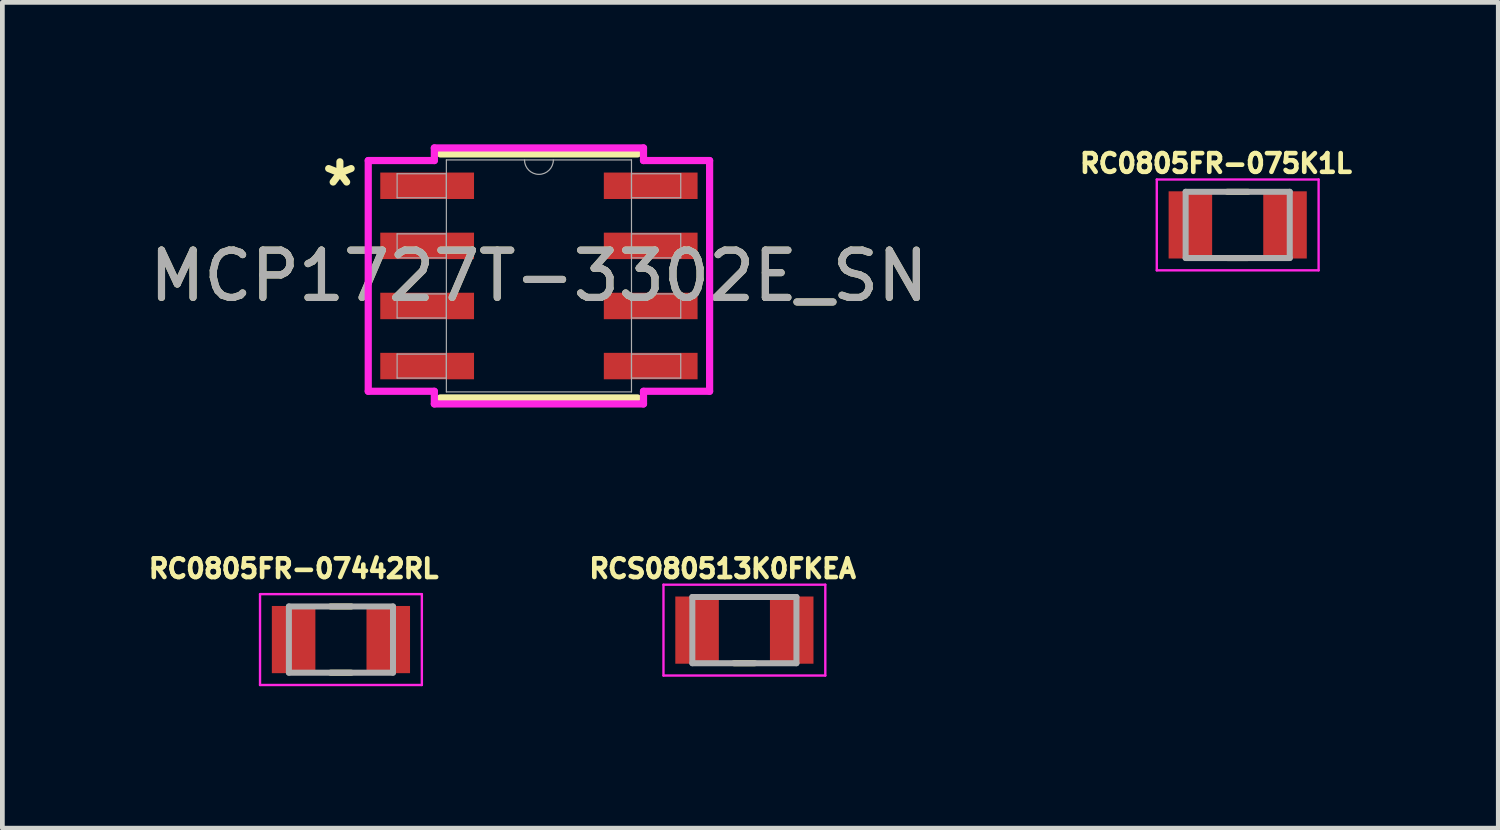
<source format=kicad_pcb>
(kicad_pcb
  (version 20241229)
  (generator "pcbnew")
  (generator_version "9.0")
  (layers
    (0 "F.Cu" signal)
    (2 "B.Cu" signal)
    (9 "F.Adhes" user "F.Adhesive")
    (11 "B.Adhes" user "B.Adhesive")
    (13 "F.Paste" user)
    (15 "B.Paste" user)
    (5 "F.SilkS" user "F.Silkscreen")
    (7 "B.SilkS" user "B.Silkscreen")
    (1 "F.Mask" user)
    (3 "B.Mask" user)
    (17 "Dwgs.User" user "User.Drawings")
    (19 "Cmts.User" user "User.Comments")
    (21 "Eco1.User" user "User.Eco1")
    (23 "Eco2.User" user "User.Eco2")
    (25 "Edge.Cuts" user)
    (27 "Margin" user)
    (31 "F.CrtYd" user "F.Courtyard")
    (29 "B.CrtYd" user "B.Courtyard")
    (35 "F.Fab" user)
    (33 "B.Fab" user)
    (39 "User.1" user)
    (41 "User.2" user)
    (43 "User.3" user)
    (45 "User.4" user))
  (footprint "RC0805FR-075K1L"
    (layer "F.Cu")
    (at 23.106 1.703)
    (property "Reference" "RC0805FR-075K1L" (at -0.46 -1.3 0) (layer "F.SilkS") (effects (font (size 0.394 0.394) (thickness 0.15))))
    (attr smd)
    (fp_line (start -0.22 -0.7) (end 0.22 -0.7) (stroke (width 0.127) (type solid)) (layer "F.SilkS"))
    (fp_line (start -0.22 0.7) (end 0.22 0.7) (stroke (width 0.127) (type solid)) (layer "F.SilkS"))
    (fp_line (start -1.71 -0.96) (end 1.71 -0.96) (stroke (width 0.05) (type solid)) (layer "F.CrtYd"))
    (fp_line (start -1.71 0.96) (end -1.71 -0.96) (stroke (width 0.05) (type solid)) (layer "F.CrtYd"))
    (fp_line (start -1.71 0.96) (end 1.71 0.96) (stroke (width 0.05) (type solid)) (layer "F.CrtYd"))
    (fp_line (start 1.71 0.96) (end 1.71 -0.96) (stroke (width 0.05) (type solid)) (layer "F.CrtYd"))
    (fp_line (start -1.1 0.7) (end -1.1 -0.7) (stroke (width 0.127) (type solid)) (layer "F.Fab"))
    (fp_line (start 1.1 -0.7) (end -1.1 -0.7) (stroke (width 0.127) (type solid)) (layer "F.Fab"))
    (fp_line (start 1.1 0.7) (end -1.1 0.7) (stroke (width 0.127) (type solid)) (layer "F.Fab"))
    (fp_line (start 1.1 0.7) (end 1.1 -0.7) (stroke (width 0.127) (type solid)) (layer "F.Fab"))
    (pad "1" smd rect (at -1 0) (size 0.92 1.42) (layers "F.Cu" "F.Mask" "F.Paste"))
    (pad "2" smd rect (at 1 0) (size 0.92 1.42) (layers "F.Cu" "F.Mask" "F.Paste")))
  (footprint "RC0805FR-07442RL"
    (layer "F.Cu")
    (at 4.155 10.466)
    (property "Reference" "RC0805FR-07442RL" (at -1 -1.5 0) (unlocked yes) (layer "F.SilkS") (effects (font (size 0.394 0.394) (thickness 0.098) (bold yes))))
    (attr smd)
    (fp_line (start -0.22 -0.7) (end 0.22 -0.7) (stroke (width 0.127) (type solid)) (layer "F.SilkS"))
    (fp_line (start -0.22 0.7) (end 0.22 0.7) (stroke (width 0.127) (type solid)) (layer "F.SilkS"))
    (fp_line (start -1.71 -0.96) (end 1.71 -0.96) (stroke (width 0.05) (type solid)) (layer "F.CrtYd"))
    (fp_line (start -1.71 0.96) (end -1.71 -0.96) (stroke (width 0.05) (type solid)) (layer "F.CrtYd"))
    (fp_line (start -1.71 0.96) (end 1.71 0.96) (stroke (width 0.05) (type solid)) (layer "F.CrtYd"))
    (fp_line (start 1.71 0.96) (end 1.71 -0.96) (stroke (width 0.05) (type solid)) (layer "F.CrtYd"))
    (fp_line (start -1.1 0.7) (end -1.1 -0.7) (stroke (width 0.127) (type solid)) (layer "F.Fab"))
    (fp_line (start 1.1 -0.7) (end -1.1 -0.7) (stroke (width 0.127) (type solid)) (layer "F.Fab"))
    (fp_line (start 1.1 0.7) (end -1.1 0.7) (stroke (width 0.127) (type solid)) (layer "F.Fab"))
    (fp_line (start 1.1 0.7) (end 1.1 -0.7) (stroke (width 0.127) (type solid)) (layer "F.Fab"))
    (pad "1" smd rect (at -1 0) (size 0.92 1.42) (layers "F.Cu" "F.Mask" "F.Paste"))
    (pad "2" smd rect (at 1 0) (size 0.92 1.42) (layers "F.Cu" "F.Mask" "F.Paste")))
  (footprint "RCS080513K0FKEA"
    (layer "F.Cu")
    (at 12.681 10.266)
    (property "Reference" "RCS080513K0FKEA" (at -0.46 -1.3 0) (layer "F.SilkS") (effects (font (size 0.394 0.394) (thickness 0.15))))
    (attr smd)
    (fp_line (start -0.22 -0.7) (end 0.22 -0.7) (stroke (width 0.127) (type solid)) (layer "F.SilkS"))
    (fp_line (start -0.22 0.7) (end 0.22 0.7) (stroke (width 0.127) (type solid)) (layer "F.SilkS"))
    (fp_line (start -1.71 -0.96) (end 1.71 -0.96) (stroke (width 0.05) (type solid)) (layer "F.CrtYd"))
    (fp_line (start -1.71 0.96) (end -1.71 -0.96) (stroke (width 0.05) (type solid)) (layer "F.CrtYd"))
    (fp_line (start -1.71 0.96) (end 1.71 0.96) (stroke (width 0.05) (type solid)) (layer "F.CrtYd"))
    (fp_line (start 1.71 0.96) (end 1.71 -0.96) (stroke (width 0.05) (type solid)) (layer "F.CrtYd"))
    (fp_line (start -1.1 0.7) (end -1.1 -0.7) (stroke (width 0.127) (type solid)) (layer "F.Fab"))
    (fp_line (start 1.1 -0.7) (end -1.1 -0.7) (stroke (width 0.127) (type solid)) (layer "F.Fab"))
    (fp_line (start 1.1 0.7) (end -1.1 0.7) (stroke (width 0.127) (type solid)) (layer "F.Fab"))
    (fp_line (start 1.1 0.7) (end 1.1 -0.7) (stroke (width 0.127) (type solid)) (layer "F.Fab"))
    (pad "1" smd rect (at -1 0) (size 0.92 1.42) (layers "F.Cu" "F.Mask" "F.Paste"))
    (pad "2" smd rect (at 1 0) (size 0.92 1.42) (layers "F.Cu" "F.Mask" "F.Paste")))
  (footprint "MCP1727T-3302E_SN"
    (layer "F.Cu")
    (at 8.339 2.781)
    (property "Reference" "MCP1727T-3302E_SN" (at 0 0 0) (unlocked yes) (layer "F.SilkS") (effects (font (size 1 1) (thickness 0.15))))
    (attr smd)
    (fp_line (start -2.083 2.578) (end 2.083 2.578) (stroke (width 0.152) (type solid)) (layer "F.SilkS"))
    (fp_line (start 2.083 -2.578) (end -2.083 -2.578) (stroke (width 0.152) (type solid)) (layer "F.SilkS"))
    (fp_line (start -3.607 -2.438) (end -2.21 -2.438) (stroke (width 0.152) (type solid)) (layer "F.CrtYd"))
    (fp_line (start -3.607 2.438) (end -3.607 -2.438) (stroke (width 0.152) (type solid)) (layer "F.CrtYd"))
    (fp_line (start -3.607 2.438) (end -2.21 2.438) (stroke (width 0.152) (type solid)) (layer "F.CrtYd"))
    (fp_line (start -2.21 -2.705) (end 2.21 -2.705) (stroke (width 0.152) (type solid)) (layer "F.CrtYd"))
    (fp_line (start -2.21 -2.438) (end -2.21 -2.705) (stroke (width 0.152) (type solid)) (layer "F.CrtYd"))
    (fp_line (start -2.21 2.705) (end -2.21 2.438) (stroke (width 0.152) (type solid)) (layer "F.CrtYd"))
    (fp_line (start 2.21 -2.705) (end 2.21 -2.438) (stroke (width 0.152) (type solid)) (layer "F.CrtYd"))
    (fp_line (start 2.21 2.438) (end 2.21 2.705) (stroke (width 0.152) (type solid)) (layer "F.CrtYd"))
    (fp_line (start 2.21 2.705) (end -2.21 2.705) (stroke (width 0.152) (type solid)) (layer "F.CrtYd"))
    (fp_line (start 3.607 -2.438) (end 2.21 -2.438) (stroke (width 0.152) (type solid)) (layer "F.CrtYd"))
    (fp_line (start 3.607 -2.438) (end 3.607 2.438) (stroke (width 0.152) (type solid)) (layer "F.CrtYd"))
    (fp_line (start 3.607 2.438) (end 2.21 2.438) (stroke (width 0.152) (type solid)) (layer "F.CrtYd"))
    (fp_line (start -2.997 -2.159) (end -2.997 -1.651) (stroke (width 0.025) (type solid)) (layer "F.Fab"))
    (fp_line (start -2.997 -1.651) (end -1.956 -1.651) (stroke (width 0.025) (type solid)) (layer "F.Fab"))
    (fp_line (start -2.997 -0.889) (end -2.997 -0.381) (stroke (width 0.025) (type solid)) (layer "F.Fab"))
    (fp_line (start -2.997 -0.381) (end -1.956 -0.381) (stroke (width 0.025) (type solid)) (layer "F.Fab"))
    (fp_line (start -2.997 0.381) (end -2.997 0.889) (stroke (width 0.025) (type solid)) (layer "F.Fab"))
    (fp_line (start -2.997 0.889) (end -1.956 0.889) (stroke (width 0.025) (type solid)) (layer "F.Fab"))
    (fp_line (start -2.997 1.651) (end -2.997 2.159) (stroke (width 0.025) (type solid)) (layer "F.Fab"))
    (fp_line (start -2.997 2.159) (end -1.956 2.159) (stroke (width 0.025) (type solid)) (layer "F.Fab"))
    (fp_line (start -1.956 -2.451) (end -1.956 2.451) (stroke (width 0.025) (type solid)) (layer "F.Fab"))
    (fp_line (start -1.956 -2.159) (end -2.997 -2.159) (stroke (width 0.025) (type solid)) (layer "F.Fab"))
    (fp_line (start -1.956 -1.651) (end -1.956 -2.159) (stroke (width 0.025) (type solid)) (layer "F.Fab"))
    (fp_line (start -1.956 -0.889) (end -2.997 -0.889) (stroke (width 0.025) (type solid)) (layer "F.Fab"))
    (fp_line (start -1.956 -0.381) (end -1.956 -0.889) (stroke (width 0.025) (type solid)) (layer "F.Fab"))
    (fp_line (start -1.956 0.381) (end -2.997 0.381) (stroke (width 0.025) (type solid)) (layer "F.Fab"))
    (fp_line (start -1.956 0.889) (end -1.956 0.381) (stroke (width 0.025) (type solid)) (layer "F.Fab"))
    (fp_line (start -1.956 1.651) (end -2.997 1.651) (stroke (width 0.025) (type solid)) (layer "F.Fab"))
    (fp_line (start -1.956 2.159) (end -1.956 1.651) (stroke (width 0.025) (type solid)) (layer "F.Fab"))
    (fp_line (start -1.956 2.451) (end 1.956 2.451) (stroke (width 0.025) (type solid)) (layer "F.Fab"))
    (fp_line (start 1.956 -2.451) (end -1.956 -2.451) (stroke (width 0.025) (type solid)) (layer "F.Fab"))
    (fp_line (start 1.956 -2.159) (end 1.956 -1.651) (stroke (width 0.025) (type solid)) (layer "F.Fab"))
    (fp_line (start 1.956 -1.651) (end 2.997 -1.651) (stroke (width 0.025) (type solid)) (layer "F.Fab"))
    (fp_line (start 1.956 -0.889) (end 1.956 -0.381) (stroke (width 0.025) (type solid)) (layer "F.Fab"))
    (fp_line (start 1.956 -0.381) (end 2.997 -0.381) (stroke (width 0.025) (type solid)) (layer "F.Fab"))
    (fp_line (start 1.956 0.381) (end 1.956 0.889) (stroke (width 0.025) (type solid)) (layer "F.Fab"))
    (fp_line (start 1.956 0.889) (end 2.997 0.889) (stroke (width 0.025) (type solid)) (layer "F.Fab"))
    (fp_line (start 1.956 1.651) (end 1.956 2.159) (stroke (width 0.025) (type solid)) (layer "F.Fab"))
    (fp_line (start 1.956 2.159) (end 2.997 2.159) (stroke (width 0.025) (type solid)) (layer "F.Fab"))
    (fp_line (start 1.956 2.451) (end 1.956 -2.451) (stroke (width 0.025) (type solid)) (layer "F.Fab"))
    (fp_line (start 2.997 -2.159) (end 1.956 -2.159) (stroke (width 0.025) (type solid)) (layer "F.Fab"))
    (fp_line (start 2.997 -1.651) (end 2.997 -2.159) (stroke (width 0.025) (type solid)) (layer "F.Fab"))
    (fp_line (start 2.997 -0.889) (end 1.956 -0.889) (stroke (width 0.025) (type solid)) (layer "F.Fab"))
    (fp_line (start 2.997 -0.381) (end 2.997 -0.889) (stroke (width 0.025) (type solid)) (layer "F.Fab"))
    (fp_line (start 2.997 0.381) (end 1.956 0.381) (stroke (width 0.025) (type solid)) (layer "F.Fab"))
    (fp_line (start 2.997 0.889) (end 2.997 0.381) (stroke (width 0.025) (type solid)) (layer "F.Fab"))
    (fp_line (start 2.997 1.651) (end 1.956 1.651) (stroke (width 0.025) (type solid)) (layer "F.Fab"))
    (fp_line (start 2.997 2.159) (end 2.997 1.651) (stroke (width 0.025) (type solid)) (layer "F.Fab"))
    (fp_arc (start 0.3048 -2.4511) (mid 0 -2.1463) (end -0.3048 -2.4511) (stroke (width 0.0254) (type solid)) (layer "F.Fab"))
    (fp_text user "*" (at -4.206 -1.867 0) (unlocked yes) (layer "F.SilkS") (effects (font (size 1 1) (thickness 0.15))))
    (fp_text user "${REFERENCE}" (at 0 0 0) (unlocked yes) (layer "F.Fab") (effects (font (size 1 1) (thickness 0.15))))
    (pad "1" smd rect (at -2.362 -1.905) (size 1.981 0.559) (layers "F.Cu" "F.Mask" "F.Paste"))
    (pad "2" smd rect (at -2.362 -0.635) (size 1.981 0.559) (layers "F.Cu" "F.Mask" "F.Paste"))
    (pad "3" smd rect (at -2.362 0.635) (size 1.981 0.559) (layers "F.Cu" "F.Mask" "F.Paste"))
    (pad "4" smd rect (at -2.362 1.905) (size 1.981 0.559) (layers "F.Cu" "F.Mask" "F.Paste"))
    (pad "5" smd rect (at 2.362 1.905) (size 1.981 0.559) (layers "F.Cu" "F.Mask" "F.Paste"))
    (pad "6" smd rect (at 2.362 0.635) (size 1.981 0.559) (layers "F.Cu" "F.Mask" "F.Paste"))
    (pad "7" smd rect (at 2.362 -0.635) (size 1.981 0.559) (layers "F.Cu" "F.Mask" "F.Paste"))
    (pad "8" smd rect (at 2.362 -1.905) (size 1.981 0.559) (layers "F.Cu" "F.Mask" "F.Paste")))
  (gr_rect
    (start -3 -3)
    (end 28.613 14.451)
    (stroke (width 0.1) (type default))
    (fill no)
    (layer "Edge.Cuts")))
</source>
